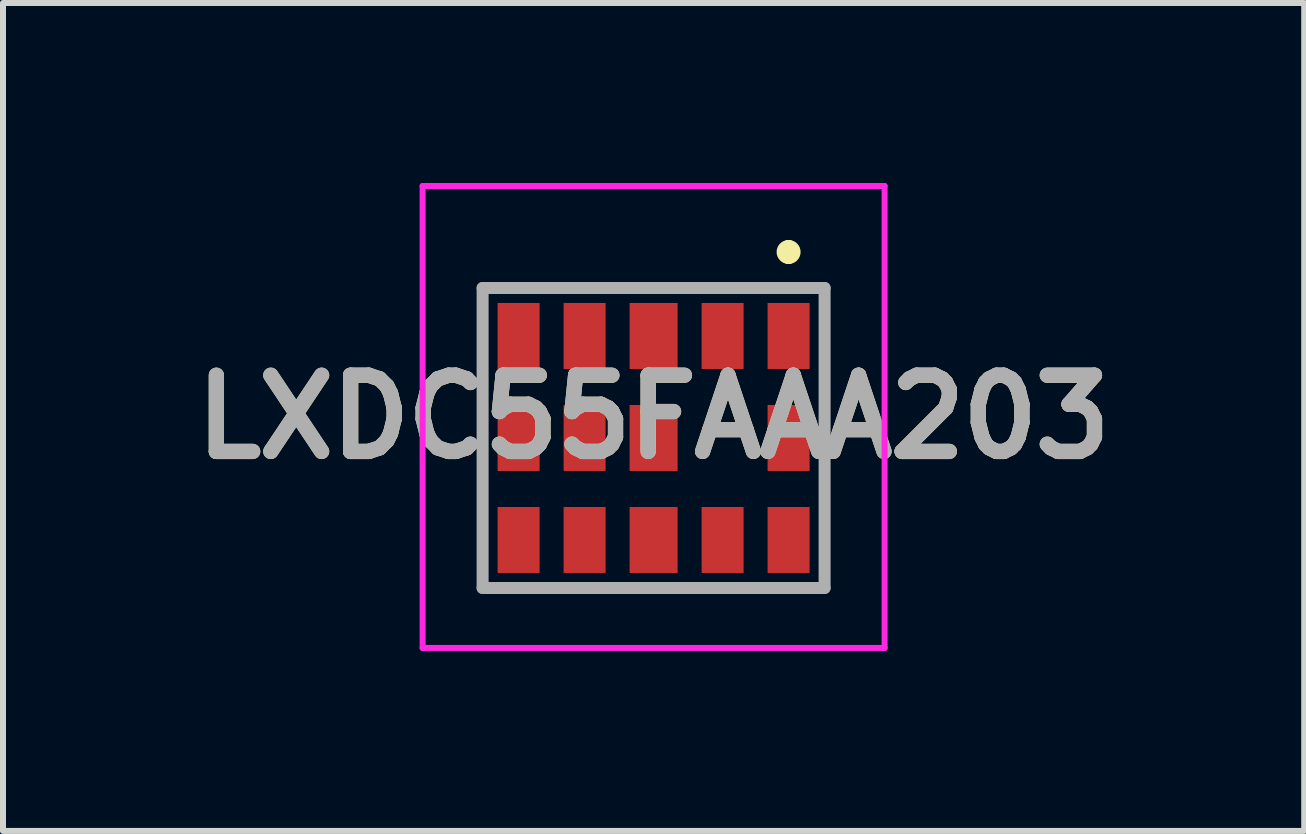
<source format=kicad_pcb>
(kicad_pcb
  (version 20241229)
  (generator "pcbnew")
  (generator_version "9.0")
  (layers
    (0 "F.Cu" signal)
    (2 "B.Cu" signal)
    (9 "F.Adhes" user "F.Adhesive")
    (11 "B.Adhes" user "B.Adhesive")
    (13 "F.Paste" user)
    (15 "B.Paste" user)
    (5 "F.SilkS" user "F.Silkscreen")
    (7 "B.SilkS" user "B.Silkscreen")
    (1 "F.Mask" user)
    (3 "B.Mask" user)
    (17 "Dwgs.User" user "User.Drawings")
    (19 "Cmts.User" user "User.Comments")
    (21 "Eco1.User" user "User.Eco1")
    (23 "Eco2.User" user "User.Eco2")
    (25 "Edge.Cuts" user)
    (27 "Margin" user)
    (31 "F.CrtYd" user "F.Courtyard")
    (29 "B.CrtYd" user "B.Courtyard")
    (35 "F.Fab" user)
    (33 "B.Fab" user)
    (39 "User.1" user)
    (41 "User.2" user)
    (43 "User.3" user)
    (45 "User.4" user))
  (footprint "LXDC55FAAA203"
    (layer "F.Cu")
    (at 10.094 2.55)
    (property "Reference" "LXDC55FAAA203" (at -2.25 1.35 0) (layer "F.SilkS") (effects (font (size 1.27 1.27) (thickness 0.254))))
    (attr smd)
    (fp_line (start -5.1 -0.8) (end 0.6 -0.8) (stroke (width 0.1) (type solid)) (layer "F.SilkS"))
    (fp_line (start -5.1 4.2) (end -5.1 -0.8) (stroke (width 0.1) (type solid)) (layer "F.SilkS"))
    (fp_line (start 0 -1.5) (end 0 -1.5) (stroke (width 0.2) (type solid)) (layer "F.SilkS"))
    (fp_line (start 0 -1.3) (end 0 -1.3) (stroke (width 0.2) (type solid)) (layer "F.SilkS"))
    (fp_line (start 0.6 -0.8) (end 0.6 4.2) (stroke (width 0.1) (type solid)) (layer "F.SilkS"))
    (fp_line (start 0.6 4.2) (end -5.1 4.2) (stroke (width 0.1) (type solid)) (layer "F.SilkS"))
    (fp_arc (start 0 -1.5) (mid 0.1 -1.4) (end 0 -1.3) (stroke (width 0.2) (type solid)) (layer "F.SilkS"))
    (fp_arc (start 0 -1.3) (mid -0.1 -1.4) (end 0 -1.5) (stroke (width 0.2) (type solid)) (layer "F.SilkS"))
    (fp_line (start -6.1 -2.5) (end 1.6 -2.5) (stroke (width 0.1) (type solid)) (layer "F.CrtYd"))
    (fp_line (start -6.1 5.2) (end -6.1 -2.5) (stroke (width 0.1) (type solid)) (layer "F.CrtYd"))
    (fp_line (start 1.6 -2.5) (end 1.6 5.2) (stroke (width 0.1) (type solid)) (layer "F.CrtYd"))
    (fp_line (start 1.6 5.2) (end -6.1 5.2) (stroke (width 0.1) (type solid)) (layer "F.CrtYd"))
    (fp_line (start -5.1 -0.8) (end 0.6 -0.8) (stroke (width 0.2) (type solid)) (layer "F.Fab"))
    (fp_line (start -5.1 4.2) (end -5.1 -0.8) (stroke (width 0.2) (type solid)) (layer "F.Fab"))
    (fp_line (start 0.6 -0.8) (end 0.6 4.2) (stroke (width 0.2) (type solid)) (layer "F.Fab"))
    (fp_line (start 0.6 4.2) (end -5.1 4.2) (stroke (width 0.2) (type solid)) (layer "F.Fab"))
    (fp_text user "${REFERENCE}" (at -2.25 1.35 0) (layer "F.Fab") (effects (font (size 1.27 1.27) (thickness 0.254))))
    (pad "1" smd rect (at 0 0) (size 0.7 1.1) (layers "F.Cu" "F.Mask" "F.Paste"))
    (pad "2" smd rect (at -1.1 0) (size 0.7 1.1) (layers "F.Cu" "F.Mask" "F.Paste"))
    (pad "3" smd rect (at -2.25 0) (size 0.8 1.1) (layers "F.Cu" "F.Mask" "F.Paste"))
    (pad "4" smd rect (at -3.4 0) (size 0.7 1.1) (layers "F.Cu" "F.Mask" "F.Paste"))
    (pad "5" smd rect (at -4.5 0) (size 0.7 1.1) (layers "F.Cu" "F.Mask" "F.Paste"))
    (pad "6" smd rect (at -4.5 1.7) (size 0.7 1.1) (layers "F.Cu" "F.Mask" "F.Paste"))
    (pad "7" smd rect (at -4.5 3.4) (size 0.7 1.1) (layers "F.Cu" "F.Mask" "F.Paste"))
    (pad "8" smd rect (at -3.4 3.4) (size 0.7 1.1) (layers "F.Cu" "F.Mask" "F.Paste"))
    (pad "9" smd rect (at -2.25 3.4) (size 0.8 1.1) (layers "F.Cu" "F.Mask" "F.Paste"))
    (pad "10" smd rect (at -1.1 3.4) (size 0.7 1.1) (layers "F.Cu" "F.Mask" "F.Paste"))
    (pad "11" smd rect (at 0 3.4) (size 0.7 1.1) (layers "F.Cu" "F.Mask" "F.Paste"))
    (pad "12" smd rect (at 0 1.7) (size 0.7 1.1) (layers "F.Cu" "F.Mask" "F.Paste"))
    (pad "13" smd rect (at -2.25 1.7) (size 0.8 1.1) (layers "F.Cu" "F.Mask" "F.Paste"))
    (pad "14" smd rect (at -3.4 1.7) (size 0.7 1.1) (layers "F.Cu" "F.Mask" "F.Paste")))
  (gr_rect
    (start -3 -3)
    (end 18.688 10.8)
    (stroke (width 0.1) (type default))
    (fill no)
    (layer "Edge.Cuts")))
</source>
